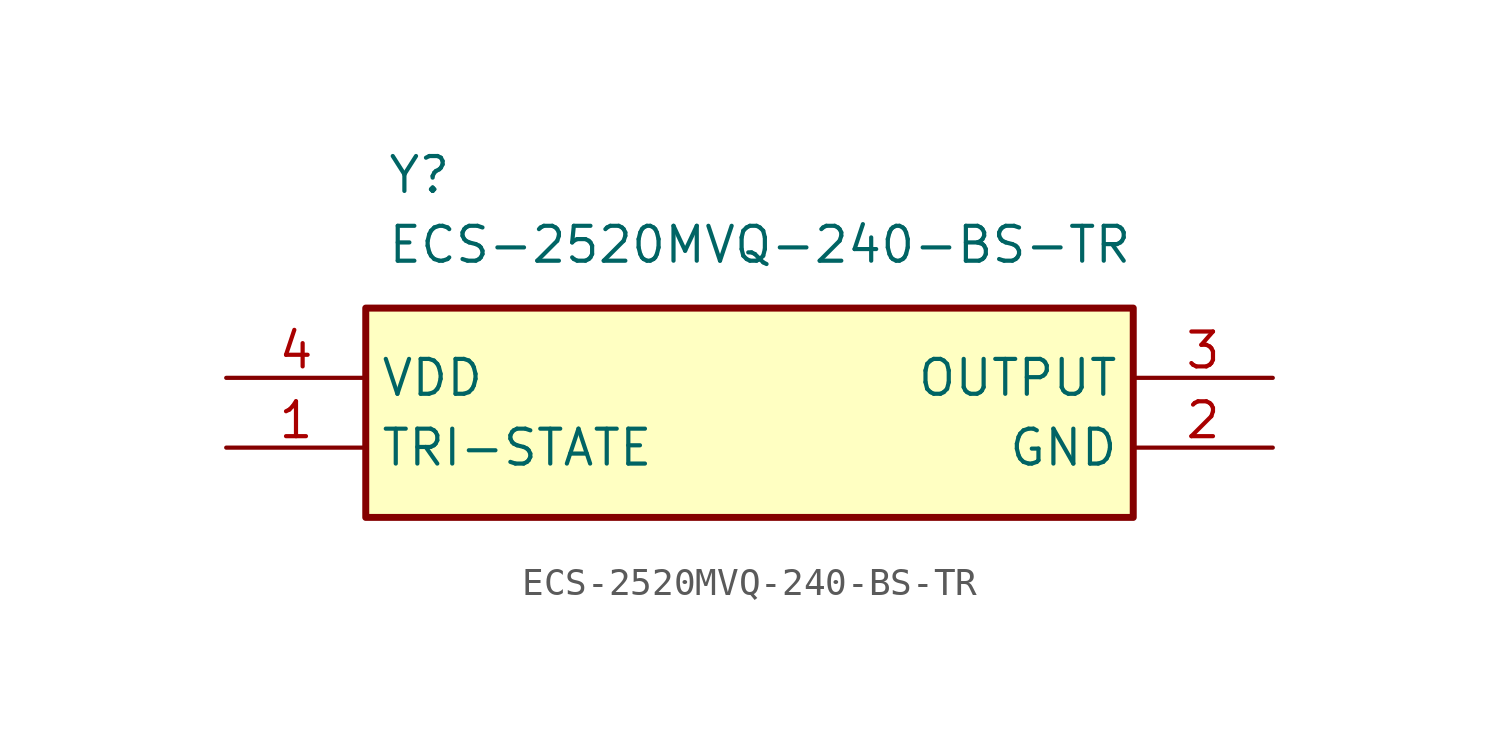
<source format=kicad_sym>
(kicad_symbol_lib
  (version 20231120)
  (generator "kicad_symbol_editor")
  (generator_version "8.0")
  (symbol "ECS-2520MVQ-240-BS-TR"
    (property "Reference" "Y"
      (at 5.842 8.128 0)
      (effects (font (size 1.27 1.27)) (justify left top)))
    (property "Value" "ECS-2520MVQ-240-BS-TR"
      (at 5.842 5.588 0)
      (effects (font (size 1.27 1.27)) (justify left top)))
    (symbol "ECS-2520MVQ-240-BS-TR_1_1"
      (rectangle (start 5.08 2.54) (end 33.02 -5.08) (stroke (width 0.254) (type default)) (fill (type background)))
      (pin passive line (at 0 -2.54 0) (length 5.08) (name "TRI-STATE" (effects (font (size 1.27 1.27)))) (number "1" (effects (font (size 1.27 1.27)))))
      (pin passive line (at 38.1 -2.54 180) (length 5.08) (name "GND" (effects (font (size 1.27 1.27)))) (number "2" (effects (font (size 1.27 1.27)))))
      (pin passive line (at 38.1 0 180) (length 5.08) (name "OUTPUT" (effects (font (size 1.27 1.27)))) (number "3" (effects (font (size 1.27 1.27)))))
      (pin passive line (at 0 0 0) (length 5.08) (name "VDD" (effects (font (size 1.27 1.27)))) (number "4" (effects (font (size 1.27 1.27))))))))
</source>
